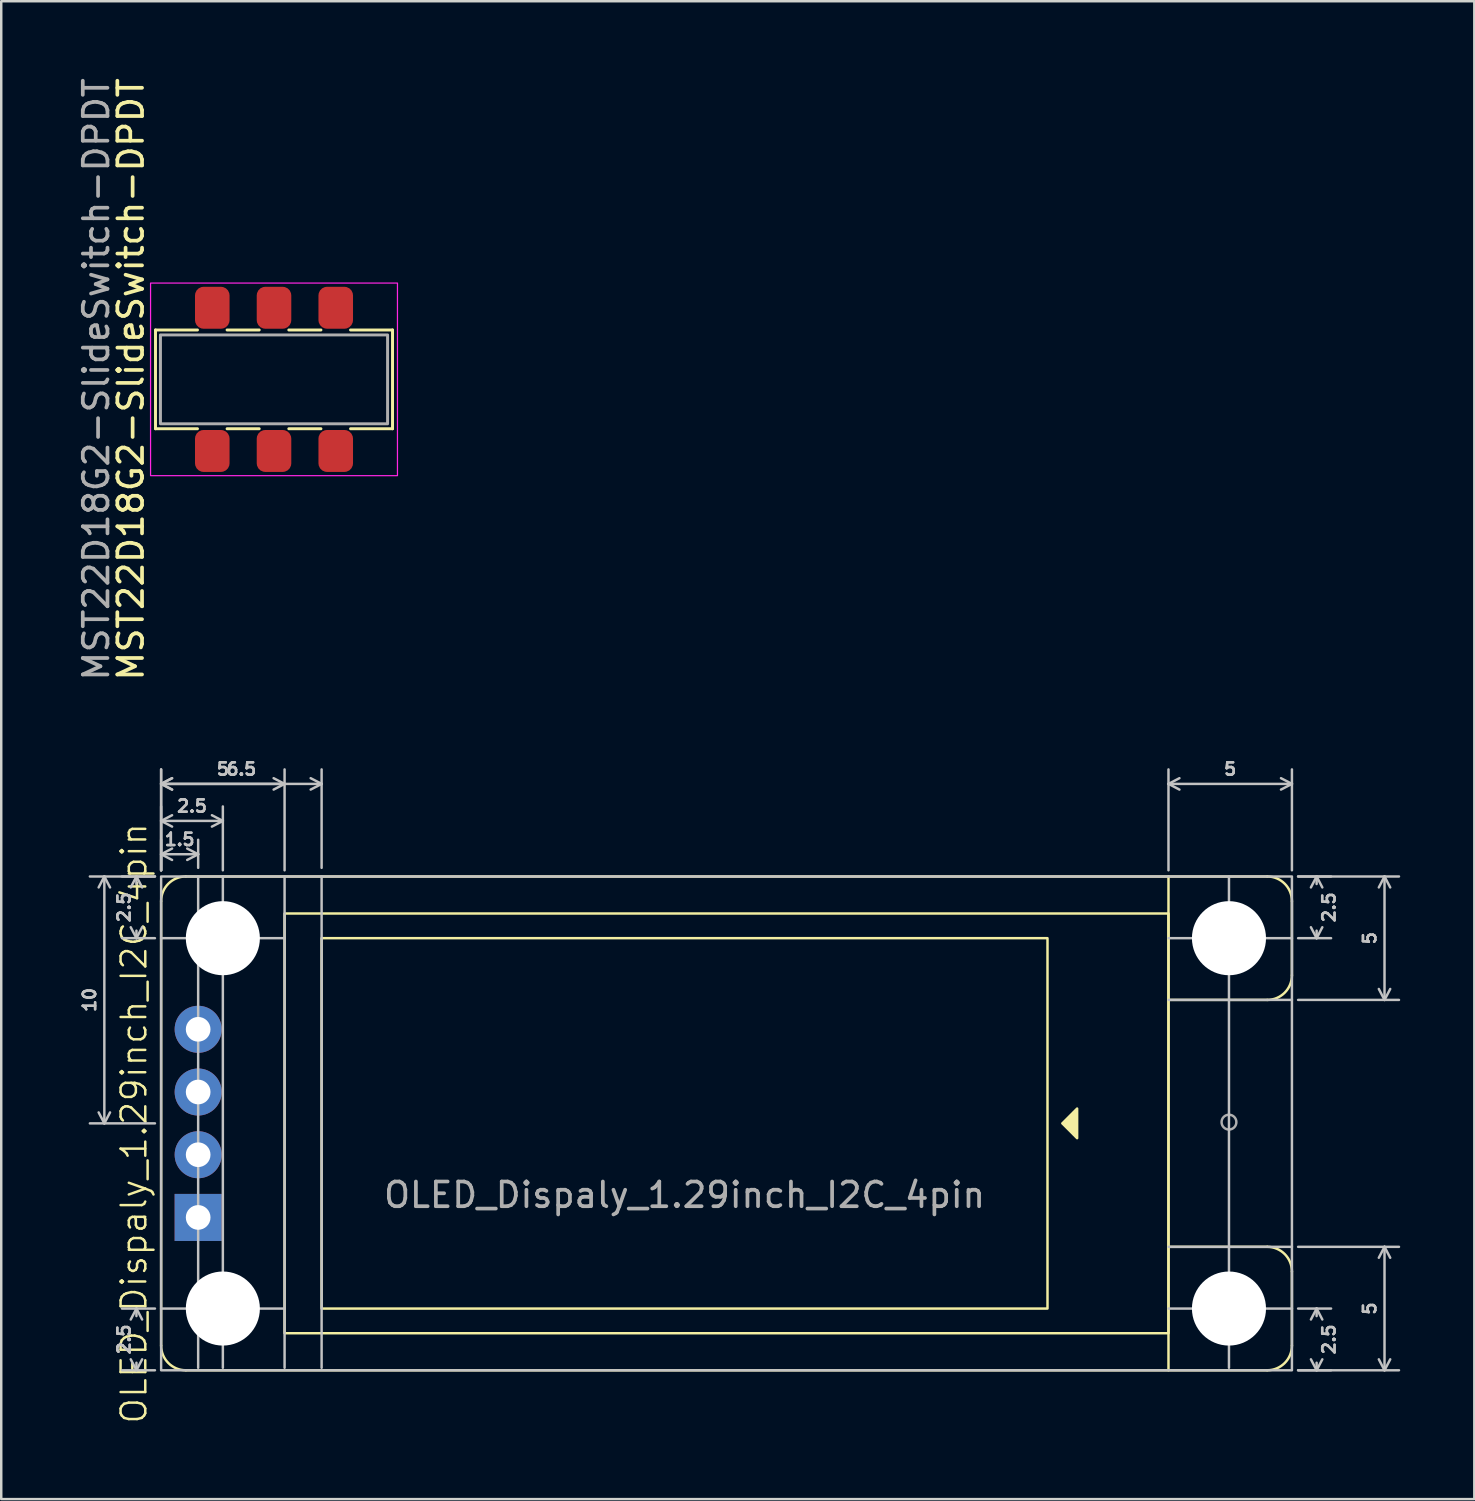
<source format=kicad_pcb>
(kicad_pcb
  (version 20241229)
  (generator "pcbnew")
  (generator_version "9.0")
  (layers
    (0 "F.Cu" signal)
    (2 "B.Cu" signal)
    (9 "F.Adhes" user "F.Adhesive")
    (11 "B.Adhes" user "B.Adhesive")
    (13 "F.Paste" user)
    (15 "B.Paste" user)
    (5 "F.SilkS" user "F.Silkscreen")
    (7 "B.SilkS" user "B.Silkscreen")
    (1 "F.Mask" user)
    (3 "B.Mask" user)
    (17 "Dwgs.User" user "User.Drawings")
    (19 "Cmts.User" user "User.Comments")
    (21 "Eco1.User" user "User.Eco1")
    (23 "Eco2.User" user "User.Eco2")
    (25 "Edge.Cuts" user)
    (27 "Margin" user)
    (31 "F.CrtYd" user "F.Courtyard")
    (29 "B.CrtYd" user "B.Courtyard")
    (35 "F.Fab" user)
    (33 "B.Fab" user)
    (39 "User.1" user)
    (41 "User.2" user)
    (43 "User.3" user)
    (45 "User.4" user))
  (footprint "OLED_Dispaly_1.29inch_I2C_4pin"
    (layer "F.Cu")
    (at 5.976 42.399)
    (property "Reference" "OLED_Dispaly_1.29inch_I2C_4pin" (at -3.6 0.05 90) (unlocked yes) (layer "F.SilkS") (effects (font (size 1 1) (thickness 0.1))))
    (attr smd)
    (fp_line (start -2.5 9.05) (end -2.5 -8.95) (stroke (width 0.1) (type solid)) (layer "F.SilkS"))
    (fp_line (start -1.5 -9.95) (end 42.3 -9.95) (stroke (width 0.1) (type default)) (layer "F.SilkS"))
    (fp_line (start 38.3 -4.95) (end 42.3 -4.95) (stroke (width 0.1) (type default)) (layer "F.SilkS"))
    (fp_line (start 38.3 5.05) (end 42.3 5.05) (stroke (width 0.1) (type solid)) (layer "F.SilkS"))
    (fp_line (start 38.3 10.05) (end 38.3 -9.95) (stroke (width 0.1) (type default)) (layer "F.SilkS"))
    (fp_line (start 42.3 10.05) (end -1.5 10.05) (stroke (width 0.1) (type solid)) (layer "F.SilkS"))
    (fp_line (start 43.3 -8.95) (end 43.3 -5.95) (stroke (width 0.1) (type default)) (layer "F.SilkS"))
    (fp_line (start 43.3 6.05) (end 43.3 9.05) (stroke (width 0.1) (type solid)) (layer "F.SilkS"))
    (fp_rect (start 2.5 -8.45) (end 38.3 8.55) (stroke (width 0.1) (type default)) (fill no) (layer "F.SilkS"))
    (fp_rect (start 4 -7.45) (end 33.4 7.55) (stroke (width 0.1) (type default)) (fill no) (layer "F.SilkS"))
    (fp_arc (start -2.5 -8.95) (mid -2.207107 -9.657107) (end -1.5 -9.95) (stroke (width 0.1) (type solid)) (layer "F.SilkS"))
    (fp_arc (start -1.5 10.05) (mid -2.207107 9.757107) (end -2.5 9.05) (stroke (width 0.1) (type solid)) (layer "F.SilkS"))
    (fp_arc (start 42.3 -9.95) (mid 43.007107 -9.657107) (end 43.3 -8.95) (stroke (width 0.1) (type default)) (layer "F.SilkS"))
    (fp_arc (start 42.3 5.05) (mid 43.007107 5.342893) (end 43.3 6.05) (stroke (width 0.1) (type solid)) (layer "F.SilkS"))
    (fp_arc (start 43.3 -5.95) (mid 43.007107 -5.242893) (end 42.3 -4.95) (stroke (width 0.1) (type default)) (layer "F.SilkS"))
    (fp_arc (start 43.3 9.05) (mid 43.007107 9.757107) (end 42.3 10.05) (stroke (width 0.1) (type solid)) (layer "F.SilkS"))
    (fp_poly (pts (xy 34 0.05) (xy 34.6 -0.55) (xy 34.6 0.65)) (stroke (width 0.1) (type solid)) (fill yes) (layer "F.SilkS"))
    (fp_line (start -2.5 -7.45) (end 2.5 -7.45) (stroke (width 0.1) (type solid)) (layer "Dwgs.User"))
    (fp_line (start -2.5 7.55) (end 2.5 7.55) (stroke (width 0.1) (type solid)) (layer "Dwgs.User"))
    (fp_line (start -1 -9.95) (end -1 9.95) (stroke (width 0.1) (type default)) (layer "Dwgs.User"))
    (fp_line (start 0 -9.95) (end 0 9.95) (stroke (width 0.1) (type default)) (layer "Dwgs.User"))
    (fp_line (start 2.5 -9.95) (end 2.5 9.95) (stroke (width 0.1) (type default)) (layer "Dwgs.User"))
    (fp_line (start 4 -9.95) (end 4 9.95) (stroke (width 0.1) (type default)) (layer "Dwgs.User"))
    (fp_line (start 40.75 9.95) (end 40.75 -9.95) (stroke (width 0.1) (type default)) (layer "Dwgs.User"))
    (fp_line (start 43.3 -7.45) (end 38.3 -7.45) (stroke (width 0.1) (type solid)) (layer "Dwgs.User"))
    (fp_line (start 43.3 -4.95) (end 38.3 -4.95) (stroke (width 0.1) (type solid)) (layer "Dwgs.User"))
    (fp_line (start 43.3 5.05) (end 38.3 5.05) (stroke (width 0.1) (type solid)) (layer "Dwgs.User"))
    (fp_line (start 43.3 7.55) (end 38.3 7.55) (stroke (width 0.1) (type solid)) (layer "Dwgs.User"))
    (fp_rect (start -2.5 -9.95) (end 43.3 10.05) (stroke (width 0.1) (type default)) (fill no) (layer "Dwgs.User"))
    (fp_circle (center 40.75 0) (end 41.05 0) (stroke (width 0.1) (type solid)) (fill no) (layer "F.Fab"))
    (fp_text user "${REFERENCE}" (at 18.7 2.95 0) (unlocked yes) (layer "F.Fab") (effects (font (size 1 1) (thickness 0.15))))
    (dimension (type orthogonal) (layer "Dwgs.User") (pts (xy 49.276 49.949) (xy 49.276 52.449)) (height 1) (orientation 1) (format (prefix "") (suffix "") (units 3) (units_format 0) (precision 4) (suppress_zeroes yes)) (style (thickness 0.1) (arrow_length 0.5) (text_position_mode 2) (arrow_direction outward) (extension_height 0.586) (extension_offset 0.25) (keep_text_aligned yes)) (gr_text "2.5" (at 50.776 51.199 90) (layer "Dwgs.User") (effects (font (size 0.5 0.5) (thickness 0.1) (bold yes)))))
    (dimension (type orthogonal) (layer "Dwgs.User") (pts (xy 3.476 32.449) (xy 9.976 32.349)) (height -3.75) (orientation 0) (format (prefix "") (suffix "") (units 3) (units_format 0) (precision 4) (suppress_zeroes yes)) (style (thickness 0.1) (arrow_length 0.5) (text_position_mode 0) (arrow_direction outward) (extension_height 0.586) (extension_offset 0.25) (keep_text_aligned yes)) (gr_text "6.5" (at 6.726 28.099 0) (layer "Dwgs.User") (effects (font (size 0.5 0.5) (thickness 0.1) (bold yes)))))
    (dimension (type orthogonal) (layer "Dwgs.User") (pts (xy 3.476 32.449) (xy 4.976 32.349)) (height -0.9) (orientation 0) (format (prefix "") (suffix "") (units 3) (units_format 0) (precision 4) (suppress_zeroes yes)) (style (thickness 0.1) (arrow_length 0.5) (text_position_mode 0) (arrow_direction outward) (extension_height 0.586) (extension_offset 0.25) (keep_text_aligned yes)) (gr_text "1.5" (at 4.226 30.949 0) (layer "Dwgs.User") (effects (font (size 0.5 0.5) (thickness 0.1) (bold yes)))))
    (dimension (type orthogonal) (layer "Dwgs.User") (pts (xy 3.476 32.449) (xy 8.476 32.449)) (height -3.75) (orientation 0) (format (prefix "") (suffix "") (units 3) (units_format 0) (precision 4) (suppress_zeroes yes)) (style (thickness 0.1) (arrow_length 0.5) (text_position_mode 0) (arrow_direction outward) (extension_height 0.586) (extension_offset 0.25) (keep_text_aligned yes)) (gr_text "5" (at 5.976 28.099 0) (layer "Dwgs.User") (effects (font (size 0.5 0.5) (thickness 0.1) (bold yes)))))
    (dimension (type orthogonal) (layer "Dwgs.User") (pts (xy 3.476 34.949) (xy 3.476 32.449)) (height -1) (orientation 1) (format (prefix "") (suffix "") (units 3) (units_format 0) (precision 4) (suppress_zeroes yes)) (style (thickness 0.1) (arrow_length 0.5) (text_position_mode 2) (arrow_direction outward) (extension_height 0.586) (extension_offset 0.25) (keep_text_aligned yes)) (gr_text "2.5" (at 1.976 33.699 90) (layer "Dwgs.User") (effects (font (size 0.5 0.5) (thickness 0.1) (bold yes)))))
    (dimension (type orthogonal) (layer "Dwgs.User") (pts (xy 49.276 32.449) (xy 49.276 34.949)) (height 1) (orientation 1) (format (prefix "") (suffix "") (units 3) (units_format 0) (precision 4) (suppress_zeroes yes)) (style (thickness 0.1) (arrow_length 0.5) (text_position_mode 2) (arrow_direction outward) (extension_height 0.586) (extension_offset 0.25) (keep_text_aligned yes)) (gr_text "2.5" (at 50.776 33.699 90) (layer "Dwgs.User") (effects (font (size 0.5 0.5) (thickness 0.1) (bold yes)))))
    (dimension (type orthogonal) (layer "Dwgs.User") (pts (xy 3.476 42.449) (xy 3.476 32.449)) (height -2.3) (orientation 1) (format (prefix "") (suffix "") (units 3) (units_format 0) (precision 4) (suppress_zeroes yes)) (style (thickness 0.1) (arrow_length 0.5) (text_position_mode 0) (arrow_direction outward) (extension_height 0.586) (extension_offset 0.25) (keep_text_aligned yes)) (gr_text "10" (at 0.576 37.449 90) (layer "Dwgs.User") (effects (font (size 0.5 0.5) (thickness 0.1) (bold yes)))))
    (dimension (type orthogonal) (layer "Dwgs.User") (pts (xy 49.276 47.449) (xy 49.276 52.449)) (height 3.75) (orientation 1) (format (prefix "") (suffix "") (units 3) (units_format 0) (precision 4) (suppress_zeroes yes)) (style (thickness 0.1) (arrow_length 0.5) (text_position_mode 0) (arrow_direction outward) (extension_height 0.586) (extension_offset 0.25) (keep_text_aligned yes)) (gr_text "5" (at 52.426 49.949 90) (layer "Dwgs.User") (effects (font (size 0.5 0.5) (thickness 0.1) (bold yes)))))
    (dimension (type orthogonal) (layer "Dwgs.User") (pts (xy 44.276 32.449) (xy 49.276 32.449)) (height -3.75) (orientation 0) (format (prefix "") (suffix "") (units 3) (units_format 0) (precision 4) (suppress_zeroes yes)) (style (thickness 0.1) (arrow_length 0.5) (text_position_mode 0) (arrow_direction outward) (extension_height 0.586) (extension_offset 0.25) (keep_text_aligned yes)) (gr_text "5" (at 46.776 28.099 0) (layer "Dwgs.User") (effects (font (size 0.5 0.5) (thickness 0.1) (bold yes)))))
    (dimension (type orthogonal) (layer "Dwgs.User") (pts (xy 49.276 32.449) (xy 49.276 37.449)) (height 3.75) (orientation 1) (format (prefix "") (suffix "") (units 3) (units_format 0) (precision 4) (suppress_zeroes yes)) (style (thickness 0.1) (arrow_length 0.5) (text_position_mode 0) (arrow_direction outward) (extension_height 0.586) (extension_offset 0.25) (keep_text_aligned yes)) (gr_text "5" (at 52.426 34.949 90) (layer "Dwgs.User") (effects (font (size 0.5 0.5) (thickness 0.1) (bold yes)))))
    (dimension (type orthogonal) (layer "Dwgs.User") (pts (xy 3.476 32.449) (xy 5.976 32.449)) (height -2.25) (orientation 0) (format (prefix "") (suffix "") (units 3) (units_format 0) (precision 4) (suppress_zeroes yes)) (style (thickness 0.1) (arrow_length 0.5) (text_position_mode 0) (arrow_direction outward) (extension_height 0.586) (extension_offset 0.25) (keep_text_aligned yes)) (gr_text "2.5" (at 4.726 29.599 0) (layer "Dwgs.User") (effects (font (size 0.5 0.5) (thickness 0.1) (bold yes)))))
    (dimension (type orthogonal) (layer "Dwgs.User") (pts (xy 3.476 52.449) (xy 3.476 49.949)) (height -1) (orientation 1) (format (prefix "") (suffix "") (units 3) (units_format 0) (precision 4) (suppress_zeroes yes)) (style (thickness 0.1) (arrow_length 0.5) (text_position_mode 2) (arrow_direction outward) (extension_height 0.586) (extension_offset 0.25) (keep_text_aligned yes)) (gr_text "2.5" (at 1.976 51.199 90) (layer "Dwgs.User") (effects (font (size 0.5 0.5) (thickness 0.1) (bold yes)))))
    (pad "" np_thru_hole circle (at 0 -7.45) (size 3 3) (drill 3) (layers "*.Cu" "*.Mask"))
    (pad "" np_thru_hole circle (at 0 7.55) (size 3 3) (drill 3) (layers "*.Cu" "*.Mask"))
    (pad "" np_thru_hole circle (at 40.75 -7.45 180) (size 3 3) (drill 3) (layers "*.Cu" "*.Mask"))
    (pad "" np_thru_hole circle (at 40.75 7.55 180) (size 3 3) (drill 3) (layers "*.Cu" "*.Mask"))
    (pad "1" thru_hole rect (at -1 3.86) (size 1.905 1.905) (drill 1) (layers "*.Cu" "*.Mask"))
    (pad "2" thru_hole circle (at -1 1.32) (size 1.905 1.905) (drill 1) (layers "*.Cu" "*.Mask"))
    (pad "3" thru_hole circle (at -1 -1.22) (size 1.905 1.905) (drill 1) (layers "*.Cu" "*.Mask"))
    (pad "4" thru_hole circle (at -1 -3.76) (size 1.905 1.905) (drill 1) (layers "*.Cu" "*.Mask")))
  (footprint "MST22D18G2-SlideSwitch-DPDT"
    (layer "F.Cu")
    (at 8.048 12.315)
    (property "Reference" "MST22D18G2-SlideSwitch-DPDT" (at -5.8 0 90) (unlocked yes) (layer "F.SilkS") (effects (font (size 1 1) (thickness 0.15))))
    (attr smd)
    (fp_line (start -4.8 -2) (end -4.8 2) (stroke (width 0.12) (type solid)) (layer "F.SilkS"))
    (fp_line (start -4.8 2) (end -3.1 2) (stroke (width 0.12) (type solid)) (layer "F.SilkS"))
    (fp_line (start -3.1 -2) (end -4.8 -2) (stroke (width 0.12) (type solid)) (layer "F.SilkS"))
    (fp_line (start -1.9 -2) (end -0.6 -2) (stroke (width 0.12) (type solid)) (layer "F.SilkS"))
    (fp_line (start -1.9 2) (end -0.6 2) (stroke (width 0.12) (type solid)) (layer "F.SilkS"))
    (fp_line (start 0.6 -2) (end 1.9 -2) (stroke (width 0.12) (type solid)) (layer "F.SilkS"))
    (fp_line (start 0.6 2) (end 1.9 2) (stroke (width 0.12) (type solid)) (layer "F.SilkS"))
    (fp_line (start 3.1 2) (end 4.8 2) (stroke (width 0.12) (type solid)) (layer "F.SilkS"))
    (fp_line (start 4.8 -2) (end 3.1 -2) (stroke (width 0.12) (type solid)) (layer "F.SilkS"))
    (fp_line (start 4.8 2) (end 4.8 -2) (stroke (width 0.12) (type solid)) (layer "F.SilkS"))
    (fp_rect (start -5 -3.9) (end 5 3.9) (stroke (width 0.05) (type solid)) (fill no) (layer "F.CrtYd"))
    (fp_rect (start -4.6 -1.8) (end 4.6 1.8) (stroke (width 0.12) (type solid)) (fill no) (layer "F.Fab"))
    (fp_text user "${REFERENCE}" (at -7.2 0 90) (unlocked yes) (layer "F.Fab") (effects (font (size 1 1) (thickness 0.15))))
    (pad "1" smd roundrect (at -2.5 -2.9 90) (size 1.7 1.4) (layers "F.Cu" "F.Mask" "F.Paste") (roundrect_rratio 0.25))
    (pad "2" smd roundrect (at 0 -2.9 90) (size 1.7 1.4) (layers "F.Cu" "F.Mask" "F.Paste") (roundrect_rratio 0.25))
    (pad "3" smd roundrect (at 2.5 -2.9 90) (size 1.7 1.4) (layers "F.Cu" "F.Mask" "F.Paste") (roundrect_rratio 0.25))
    (pad "4" smd roundrect (at -2.5 2.9 90) (size 1.7 1.4) (layers "F.Cu" "F.Mask" "F.Paste") (roundrect_rratio 0.25))
    (pad "5" smd roundrect (at 0 2.9 90) (size 1.7 1.4) (layers "F.Cu" "F.Mask" "F.Paste") (roundrect_rratio 0.25))
    (pad "6" smd roundrect (at 2.5 2.9 90) (size 1.7 1.4) (layers "F.Cu" "F.Mask" "F.Paste") (roundrect_rratio 0.25)))
  (gr_rect
    (start -3 -3)
    (end 56.663 57.666)
    (stroke (width 0.1) (type default))
    (fill no)
    (layer "Edge.Cuts")))
</source>
